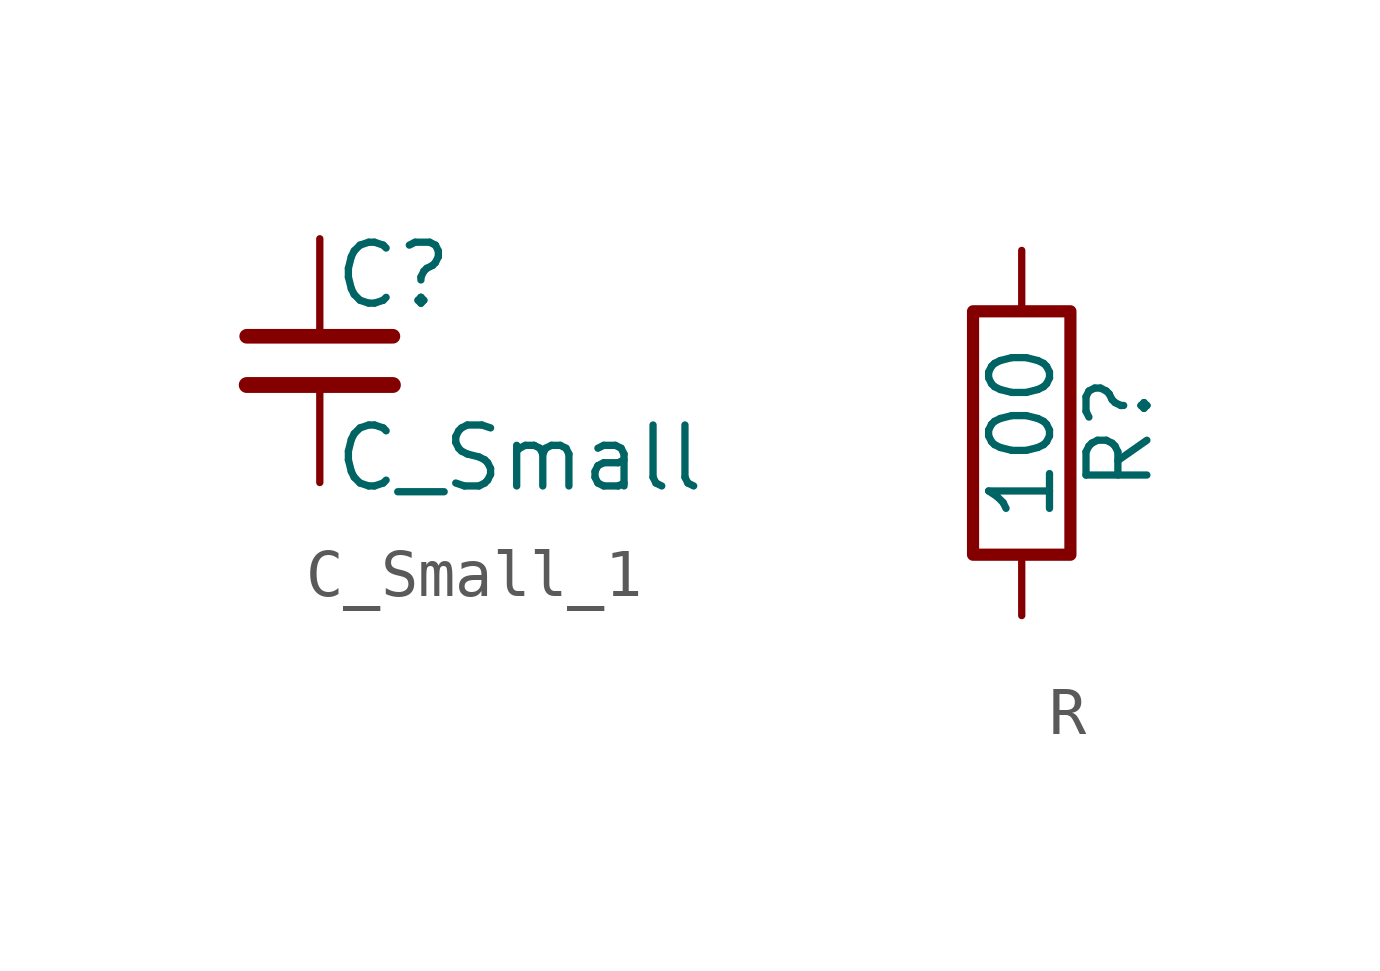
<source format=kicad_sym>
(kicad_symbol_lib
  (version 20241209)
  (generator "kicad_symbol_editor")
  (generator_version "9.0")
  (symbol "C_Small_1"
    (pin_numbers
      (hide yes))
    (pin_names
      (offset 0.254)
      (hide yes))
    (property "Reference" "C"
      (at 0.254 1.778 0)
      (effects (font (size 1.27 1.27)) (justify left)))
    (property "Value" "C_Small"
      (at 0.254 -2.032 0)
      (effects (font (size 1.27 1.27)) (justify left)))
    (symbol "C_Small_1_0_1"
      (polyline (pts (xy -1.524 0.508) (xy 1.524 0.508)) (stroke (width 0.305) (type default)) (fill (type none)))
      (polyline (pts (xy -1.524 -0.508) (xy 1.524 -0.508)) (stroke (width 0.33) (type default)) (fill (type none))))
    (symbol "C_Small_1_1_1"
      (pin passive line (at 0 2.54 270) (length 2.032) (name "~" (effects (font (size 1.27 1.27)))) (number "1" (effects (font (size 1.27 1.27)))))
      (pin passive line (at 0 -2.54 90) (length 2.032) (name "~" (effects (font (size 1.27 1.27)))) (number "2" (effects (font (size 1.27 1.27)))))))
  (symbol "R"
    (pin_numbers
      (hide yes))
    (pin_names
      (offset 0))
    (property "Reference" "R"
      (at 2.032 0 90)
      (effects (font (size 1.27 1.27))))
    (property "Value" "100"
      (at 0 0 90)
      (effects (font (size 1.27 1.27))))
    (symbol "R_0_1"
      (rectangle (start -1.016 2.54) (end 1.016 -2.54) (stroke (width 0.254) (type default)) (fill (type none))))
    (symbol "R_1_1"
      (pin passive line (at 0 3.81 270) (length 1.27) (name "~" (effects (font (size 1.27 1.27)))) (number "1" (effects (font (size 1.27 1.27)))))
      (pin passive line (at 0 -3.81 90) (length 1.27) (name "~" (effects (font (size 1.27 1.27)))) (number "2" (effects (font (size 1.27 1.27))))))))
</source>
